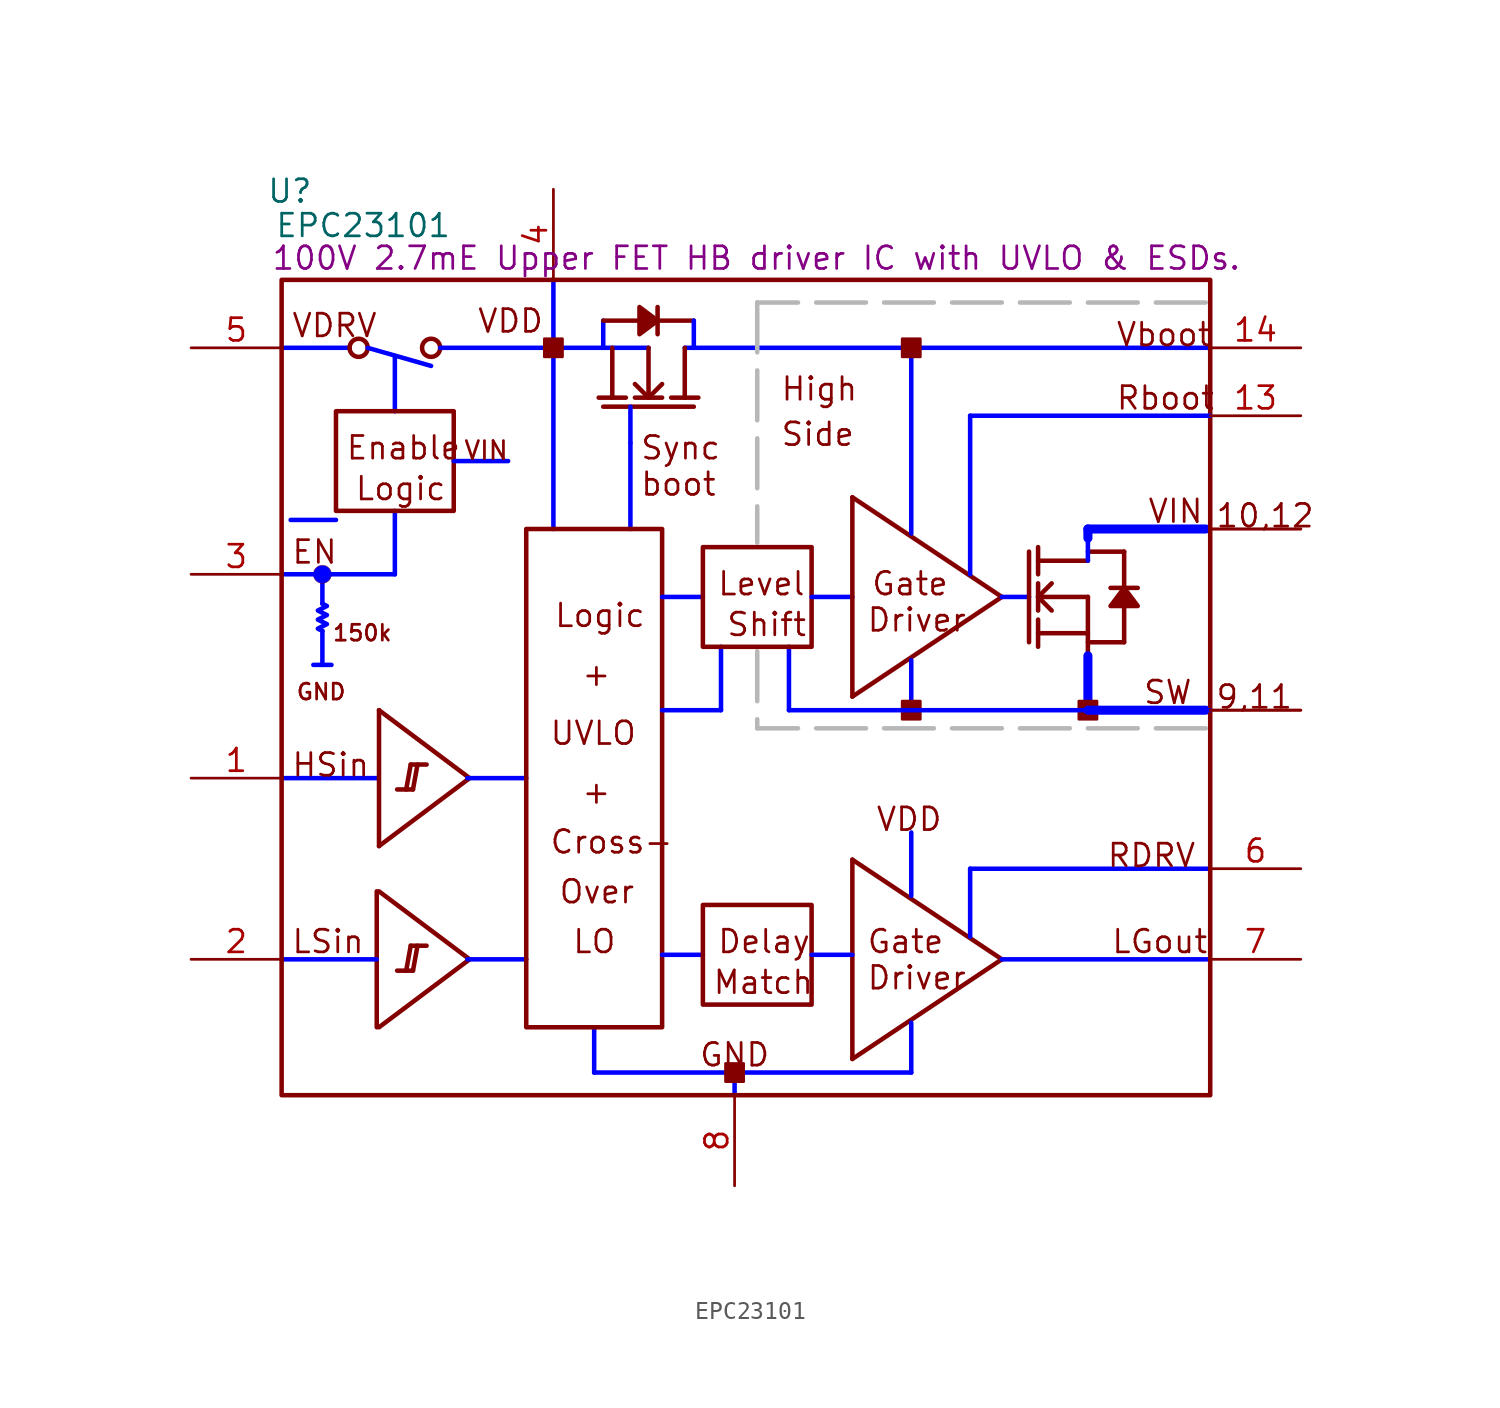
<source format=kicad_sym>
(kicad_symbol_lib
  (version 20231120)
  (generator "kicad_symbol_editor")
  (generator_version "8.0")
  (symbol "EPC23101"
    (property "Reference" "U"
      (at 5.537 50.698 0)
      (effects (font (size 1.27 1.27))))
    (property "Value" "EPC23101"
      (at 9.652 48.768 0)
      (effects (font (size 1.27 1.27))))
    (property "Description" "100V 2.7mE Upper FET HB driver IC with UVLO & ESDs."
      (at 31.699 46.939 0)
      (effects (font (size 1.27 1.27))))
    (symbol "EPC23101_1_0"
      (polyline (pts (xy 5.08 41.91) (xy 8.89 41.91)) (stroke (width 0.254) (type solid) (color 0 0 255 1)) (fill (type none)))
      (polyline (pts (xy 5.588 32.258) (xy 8.128 32.258)) (stroke (width 0.254) (type solid) (color 0 0 255 1)) (fill (type none)))
      (polyline (pts (xy 7.366 26.035) (xy 7.366 24.13)) (stroke (width 0.254) (type solid) (color 0 0 255 1)) (fill (type none)))
      (polyline (pts (xy 7.366 29.21) (xy 7.366 27.559)) (stroke (width 0.254) (type solid) (color 0 0 255 1)) (fill (type none)))
      (polyline (pts (xy 7.874 24.13) (xy 6.858 24.13)) (stroke (width 0.254) (type solid) (color 0 0 255 1)) (fill (type none)))
      (polyline (pts (xy 9.906 41.91) (xy 13.462 40.894)) (stroke (width 0.254) (type solid) (color 0 0 255 1)) (fill (type none)))
      (polyline (pts (xy 10.414 7.62) (xy 5.08 7.62)) (stroke (width 0.254) (type solid) (color 0 0 255 1)) (fill (type none)))
      (polyline (pts (xy 10.414 11.43) (xy 10.414 3.81)) (stroke (width 0.254) (type solid)) (fill (type none)))
      (polyline (pts (xy 10.414 17.78) (xy 5.08 17.78)) (stroke (width 0.254) (type solid) (color 0 0 255 1)) (fill (type none)))
      (polyline (pts (xy 10.541 3.81) (xy 15.621 7.62)) (stroke (width 0.254) (type solid)) (fill (type none)))
      (polyline (pts (xy 10.541 11.43) (xy 15.621 7.62)) (stroke (width 0.254) (type solid)) (fill (type none)))
      (polyline (pts (xy 10.541 13.97) (xy 15.621 17.78)) (stroke (width 0.254) (type solid)) (fill (type none)))
      (polyline (pts (xy 10.541 21.59) (xy 10.541 13.97)) (stroke (width 0.254) (type solid)) (fill (type none)))
      (polyline (pts (xy 10.541 21.59) (xy 15.621 17.78)) (stroke (width 0.254) (type solid)) (fill (type none)))
      (polyline (pts (xy 11.43 29.21) (xy 5.08 29.21)) (stroke (width 0.254) (type solid) (color 0 0 255 1)) (fill (type none)))
      (polyline (pts (xy 11.43 29.21) (xy 11.43 32.766)) (stroke (width 0.254) (type solid) (color 0 0 255 1)) (fill (type none)))
      (polyline (pts (xy 11.43 38.354) (xy 11.43 41.402)) (stroke (width 0.254) (type solid) (color 0 0 255 1)) (fill (type none)))
      (polyline (pts (xy 12.065 6.985) (xy 12.319 8.382)) (stroke (width 0.254) (type solid)) (fill (type none)))
      (polyline (pts (xy 12.065 17.145) (xy 12.319 18.542)) (stroke (width 0.254) (type solid)) (fill (type none)))
      (polyline (pts (xy 12.446 6.985) (xy 11.557 6.985)) (stroke (width 0.254) (type solid)) (fill (type none)))
      (polyline (pts (xy 12.446 6.985) (xy 12.7 8.382)) (stroke (width 0.254) (type solid)) (fill (type none)))
      (polyline (pts (xy 12.446 17.145) (xy 11.557 17.145)) (stroke (width 0.254) (type solid)) (fill (type none)))
      (polyline (pts (xy 12.446 17.145) (xy 12.7 18.542)) (stroke (width 0.254) (type solid)) (fill (type none)))
      (polyline (pts (xy 13.208 8.382) (xy 12.319 8.382)) (stroke (width 0.254) (type solid)) (fill (type none)))
      (polyline (pts (xy 13.208 18.542) (xy 12.319 18.542)) (stroke (width 0.254) (type solid)) (fill (type none)))
      (polyline (pts (xy 13.97 41.91) (xy 25.654 41.91)) (stroke (width 0.254) (type solid) (color 0 0 255 1)) (fill (type none)))
      (polyline (pts (xy 15.494 7.62) (xy 18.796 7.62)) (stroke (width 0.254) (type solid) (color 0 0 255 1)) (fill (type none)))
      (polyline (pts (xy 15.494 17.78) (xy 18.796 17.78)) (stroke (width 0.254) (type solid) (color 0 0 255 1)) (fill (type none)))
      (polyline (pts (xy 17.78 35.56) (xy 14.732 35.56)) (stroke (width 0.254) (type solid) (color 0 0 255 1)) (fill (type none)))
      (polyline (pts (xy 20.32 31.75) (xy 20.32 45.72)) (stroke (width 0.254) (type solid) (color 0 0 255 1)) (fill (type none)))
      (polyline (pts (xy 22.606 1.27) (xy 22.606 3.81)) (stroke (width 0.254) (type solid) (color 0 0 255 1)) (fill (type none)))
      (polyline (pts (xy 22.606 1.27) (xy 40.386 1.27)) (stroke (width 0.254) (type solid) (color 0 0 255 1)) (fill (type none)))
      (polyline (pts (xy 23.114 38.608) (xy 28.194 38.608)) (stroke (width 0.254) (type solid)) (fill (type none)))
      (polyline (pts (xy 23.114 43.434) (xy 23.114 41.91)) (stroke (width 0.254) (type solid) (color 0 0 255 1)) (fill (type none)))
      (polyline (pts (xy 23.114 43.434) (xy 25.146 43.434)) (stroke (width 0.254) (type solid)) (fill (type none)))
      (polyline (pts (xy 23.622 41.91) (xy 23.622 39.116)) (stroke (width 0.254) (type solid)) (fill (type none)))
      (polyline (pts (xy 24.384 39.116) (xy 22.86 39.116)) (stroke (width 0.254) (type solid)) (fill (type none)))
      (polyline (pts (xy 24.638 31.75) (xy 24.638 36.576)) (stroke (width 0.254) (type solid) (color 0 0 255 1)) (fill (type none)))
      (polyline (pts (xy 24.638 38.608) (xy 24.638 36.576)) (stroke (width 0.254) (type solid) (color 0 0 255 1)) (fill (type none)))
      (polyline (pts (xy 25.654 39.116) (xy 24.892 39.878)) (stroke (width 0.254) (type solid)) (fill (type none)))
      (polyline (pts (xy 25.654 39.116) (xy 25.654 41.91)) (stroke (width 0.254) (type solid)) (fill (type none)))
      (polyline (pts (xy 26.162 42.672) (xy 26.162 44.196)) (stroke (width 0.254) (type solid)) (fill (type none)))
      (polyline (pts (xy 26.162 43.434) (xy 28.194 43.434)) (stroke (width 0.254) (type solid)) (fill (type none)))
      (polyline (pts (xy 26.416 27.94) (xy 28.702 27.94)) (stroke (width 0.254) (type solid) (color 0 0 255 1)) (fill (type none)))
      (polyline (pts (xy 26.416 39.116) (xy 24.892 39.116)) (stroke (width 0.254) (type solid)) (fill (type none)))
      (polyline (pts (xy 26.416 39.878) (xy 25.654 39.116)) (stroke (width 0.254) (type solid)) (fill (type none)))
      (polyline (pts (xy 27.686 39.116) (xy 27.686 41.91)) (stroke (width 0.254) (type solid)) (fill (type none)))
      (polyline (pts (xy 27.686 41.91) (xy 57.15 41.91)) (stroke (width 0.254) (type solid) (color 0 0 255 1)) (fill (type none)))
      (polyline (pts (xy 28.194 43.434) (xy 28.194 41.91)) (stroke (width 0.254) (type solid) (color 0 0 255 1)) (fill (type none)))
      (polyline (pts (xy 28.448 39.116) (xy 26.924 39.116)) (stroke (width 0.254) (type solid)) (fill (type none)))
      (polyline (pts (xy 28.702 7.874) (xy 26.416 7.874)) (stroke (width 0.254) (type solid) (color 0 0 255 1)) (fill (type none)))
      (polyline (pts (xy 29.718 21.59) (xy 26.416 21.59)) (stroke (width 0.254) (type solid) (color 0 0 255 1)) (fill (type none)))
      (polyline (pts (xy 29.718 21.59) (xy 29.718 25.146)) (stroke (width 0.254) (type solid) (color 0 0 255 1)) (fill (type none)))
      (polyline (pts (xy 30.48 0) (xy 30.48 1.27)) (stroke (width 0.254) (type solid) (color 0 0 255 1)) (fill (type none)))
      (polyline (pts (xy 31.75 24.892) (xy 31.75 20.574)) (stroke (width 0.254) (type dash) (color 183 183 183 1)) (fill (type none)))
      (polyline (pts (xy 31.75 44.45) (xy 31.75 30.988)) (stroke (width 0.254) (type dash) (color 183 183 183 1)) (fill (type none)))
      (polyline (pts (xy 33.528 21.59) (xy 33.528 25.146)) (stroke (width 0.254) (type solid) (color 0 0 255 1)) (fill (type none)))
      (polyline (pts (xy 34.798 27.94) (xy 37.084 27.94)) (stroke (width 0.254) (type solid) (color 0 0 255 1)) (fill (type none)))
      (polyline (pts (xy 37.084 2.032) (xy 45.466 7.62)) (stroke (width 0.254) (type solid)) (fill (type none)))
      (polyline (pts (xy 37.084 7.874) (xy 34.798 7.874)) (stroke (width 0.254) (type solid) (color 0 0 255 1)) (fill (type none)))
      (polyline (pts (xy 37.084 13.208) (xy 37.084 2.032)) (stroke (width 0.254) (type solid)) (fill (type none)))
      (polyline (pts (xy 37.084 13.208) (xy 45.466 7.62)) (stroke (width 0.254) (type solid)) (fill (type none)))
      (polyline (pts (xy 37.084 22.352) (xy 45.466 27.94)) (stroke (width 0.254) (type solid)) (fill (type none)))
      (polyline (pts (xy 37.084 33.528) (xy 37.084 22.352)) (stroke (width 0.254) (type solid)) (fill (type none)))
      (polyline (pts (xy 37.084 33.528) (xy 45.466 27.94)) (stroke (width 0.254) (type solid)) (fill (type none)))
      (polyline (pts (xy 40.386 1.27) (xy 40.386 4.064)) (stroke (width 0.254) (type solid) (color 0 0 255 1)) (fill (type none)))
      (polyline (pts (xy 40.386 11.176) (xy 40.386 14.732)) (stroke (width 0.254) (type solid) (color 0 0 255 1)) (fill (type none)))
      (polyline (pts (xy 40.386 21.59) (xy 40.386 24.384)) (stroke (width 0.254) (type solid) (color 0 0 255 1)) (fill (type none)))
      (polyline (pts (xy 40.386 31.496) (xy 40.386 41.91)) (stroke (width 0.254) (type solid) (color 0 0 255 1)) (fill (type none)))
      (polyline (pts (xy 43.688 8.89) (xy 43.688 12.7)) (stroke (width 0.254) (type solid) (color 0 0 255 1)) (fill (type none)))
      (polyline (pts (xy 43.688 12.7) (xy 57.15 12.7)) (stroke (width 0.254) (type solid) (color 0 0 255 1)) (fill (type none)))
      (polyline (pts (xy 43.688 29.21) (xy 43.688 38.1)) (stroke (width 0.254) (type solid) (color 0 0 255 1)) (fill (type none)))
      (polyline (pts (xy 45.466 7.62) (xy 57.15 7.62)) (stroke (width 0.254) (type solid) (color 0 0 255 1)) (fill (type none)))
      (polyline (pts (xy 45.466 27.94) (xy 46.99 27.94)) (stroke (width 0.254) (type solid) (color 0 0 255 1)) (fill (type none)))
      (polyline (pts (xy 46.99 30.48) (xy 46.99 25.4)) (stroke (width 0.254) (type solid)) (fill (type none)))
      (polyline (pts (xy 47.498 25.146) (xy 47.498 26.67)) (stroke (width 0.254) (type solid)) (fill (type none)))
      (polyline (pts (xy 47.498 25.908) (xy 50.292 25.908)) (stroke (width 0.254) (type solid)) (fill (type none)))
      (polyline (pts (xy 47.498 27.178) (xy 47.498 28.702)) (stroke (width 0.254) (type solid)) (fill (type none)))
      (polyline (pts (xy 47.498 27.94) (xy 48.26 28.702)) (stroke (width 0.254) (type solid)) (fill (type none)))
      (polyline (pts (xy 47.498 27.94) (xy 50.292 27.94)) (stroke (width 0.254) (type solid)) (fill (type none)))
      (polyline (pts (xy 47.498 29.21) (xy 47.498 30.734)) (stroke (width 0.254) (type solid)) (fill (type none)))
      (polyline (pts (xy 48.26 27.178) (xy 47.498 27.94)) (stroke (width 0.254) (type solid)) (fill (type none)))
      (polyline (pts (xy 50.292 21.59) (xy 50.292 24.638)) (stroke (width 0.254) (type solid) (color 0 0 255 1)) (fill (type none)))
      (polyline (pts (xy 50.292 21.59) (xy 50.292 24.638)) (stroke (width 0.508) (type solid) (color 0 0 255 1)) (fill (type none)))
      (polyline (pts (xy 50.292 25.4) (xy 52.324 25.4)) (stroke (width 0.254) (type solid)) (fill (type none)))
      (polyline (pts (xy 50.292 27.94) (xy 50.292 22.86)) (stroke (width 0.254) (type solid)) (fill (type none)))
      (polyline (pts (xy 50.292 29.972) (xy 47.498 29.972)) (stroke (width 0.254) (type solid)) (fill (type none)))
      (polyline (pts (xy 50.292 29.972) (xy 50.292 31.75)) (stroke (width 0.254) (type solid) (color 0 0 255 1)) (fill (type none)))
      (polyline (pts (xy 50.292 30.48) (xy 52.324 30.48)) (stroke (width 0.254) (type solid)) (fill (type none)))
      (polyline (pts (xy 50.292 31.242) (xy 50.292 31.75)) (stroke (width 0.508) (type solid) (color 0 0 255 1)) (fill (type none)))
      (polyline (pts (xy 50.292 31.75) (xy 57.15 31.75)) (stroke (width 0.254) (type solid) (color 0 0 255 1)) (fill (type none)))
      (polyline (pts (xy 52.324 27.432) (xy 52.324 25.4)) (stroke (width 0.254) (type solid)) (fill (type none)))
      (polyline (pts (xy 52.324 30.48) (xy 52.324 28.448)) (stroke (width 0.254) (type solid)) (fill (type none)))
      (polyline (pts (xy 53.086 28.448) (xy 51.562 28.448)) (stroke (width 0.254) (type solid)) (fill (type none)))
      (polyline (pts (xy 56.896 20.574) (xy 31.75 20.574)) (stroke (width 0.254) (type dash) (color 183 183 183 1)) (fill (type none)))
      (polyline (pts (xy 56.896 21.59) (xy 50.292 21.59)) (stroke (width 0.508) (type solid) (color 0 0 255 1)) (fill (type none)))
      (polyline (pts (xy 56.896 31.75) (xy 50.292 31.75)) (stroke (width 0.508) (type solid) (color 0 0 255 1)) (fill (type none)))
      (polyline (pts (xy 56.896 44.45) (xy 31.75 44.45)) (stroke (width 0.254) (type dash) (color 183 183 183 1)) (fill (type none)))
      (polyline (pts (xy 57.15 21.59) (xy 33.528 21.59)) (stroke (width 0.254) (type solid) (color 0 0 255 1)) (fill (type none)))
      (polyline (pts (xy 57.15 38.1) (xy 43.688 38.1)) (stroke (width 0.254) (type solid) (color 0 0 255 1)) (fill (type none)))
      (polyline (pts (xy 26.162 43.434) (xy 25.146 44.196) (xy 25.146 42.672) (xy 26.162 43.434)) (stroke (width 0.254) (type solid)) (fill (type outline)))
      (polyline (pts (xy 52.324 28.448) (xy 51.562 27.432) (xy 53.086 27.432) (xy 52.324 28.448)) (stroke (width 0.254) (type solid)) (fill (type outline)))
      (polyline (pts (xy 7.366 26.035) (xy 7.112 26.162) (xy 7.62 26.416) (xy 7.112 26.67) (xy 7.62 26.924) (xy 7.112 27.178) (xy 7.62 27.432) (xy 7.366 27.559)) (stroke (width 0.254) (type solid) (color 0 0 255 1)) (fill (type none)))
      (circle (center 7.366 29.21) (radius 0.508) (stroke (width 0.0001) (type solid)) (fill (type color) (color 0 0 255 1)))
      (circle (center 9.398 41.91) (radius 0.508) (stroke (width 0.254) (type solid)) (fill (type none)))
      (circle (center 13.462 41.91) (radius 0.508) (stroke (width 0.254) (type solid)) (fill (type none)))
      (rectangle (start 14.732 38.354) (end 8.128 32.766) (stroke (width 0.254) (type solid)) (fill (type none)))
      (rectangle (start 20.828 42.418) (end 19.812 41.402) (stroke (width 0) (type solid)) (fill (type outline)))
      (rectangle (start 26.416 31.75) (end 18.796 3.81) (stroke (width 0.254) (type solid)) (fill (type none)))
      (rectangle (start 30.988 1.778) (end 29.972 0.762) (stroke (width 0) (type solid)) (fill (type outline)))
      (rectangle (start 34.798 10.668) (end 28.702 5.08) (stroke (width 0.254) (type solid)) (fill (type none)))
      (rectangle (start 34.798 30.734) (end 28.702 25.146) (stroke (width 0.254) (type solid)) (fill (type none)))
      (rectangle (start 40.894 22.098) (end 39.878 21.082) (stroke (width 0) (type solid)) (fill (type outline)))
      (rectangle (start 40.894 42.418) (end 39.878 41.402) (stroke (width 0) (type solid)) (fill (type outline)))
      (rectangle (start 50.8 22.098) (end 49.784 21.082) (stroke (width 0) (type solid)) (fill (type outline)))
      (rectangle (start 57.15 45.72) (end 5.08 0) (stroke (width 0.254) (type solid)) (fill (type none)))
      (text "+" (at 21.844 16.256 0) (effects (font (size 1.27 1.27)) (justify left bottom)))
      (text "+" (at 21.844 22.86 0) (effects (font (size 1.27 1.27)) (justify left bottom)))
      (text "10,12" (at 57.404 31.75 0) (effects (font (size 1.27 1.27)) (justify left bottom)))
      (text "150k" (at 7.874 25.4 0) (effects (font (size 0.889 0.889)) (justify left bottom)))
      (text "9,11" (at 57.404 21.59 0) (effects (font (size 1.27 1.27)) (justify left bottom)))
      (text "boot" (at 25.146 33.528 0) (effects (font (size 1.27 1.27)) (justify left bottom)))
      (text "Cross-" (at 20.066 13.462 0) (effects (font (size 1.27 1.27)) (justify left bottom)))
      (text "Delay" (at 29.464 7.874 0) (effects (font (size 1.27 1.27)) (justify left bottom)))
      (text "Driver" (at 37.846 5.842 0) (effects (font (size 1.27 1.27)) (justify left bottom)))
      (text "Driver" (at 37.846 25.908 0) (effects (font (size 1.27 1.27)) (justify left bottom)))
      (text "EN" (at 5.588 29.718 0) (effects (font (size 1.27 1.27)) (justify left bottom)))
      (text "Enable" (at 8.636 35.56 0) (effects (font (size 1.27 1.27)) (justify left bottom)))
      (text "Gate" (at 37.846 7.874 0) (effects (font (size 1.27 1.27)) (justify left bottom)))
      (text "Gate" (at 38.1 27.94 0) (effects (font (size 1.27 1.27)) (justify left bottom)))
      (text "GND" (at 5.842 22.098 0) (effects (font (size 0.889 0.889)) (justify left bottom)))
      (text "GND" (at 28.448 1.524 0) (effects (font (size 1.27 1.27)) (justify left bottom)))
      (text "High" (at 33.02 38.862 0) (effects (font (size 1.27 1.27)) (justify left bottom)))
      (text "HSin" (at 5.588 17.78 0) (effects (font (size 1.27 1.27)) (justify left bottom)))
      (text "Level" (at 29.464 27.94 0) (effects (font (size 1.27 1.27)) (justify left bottom)))
      (text "LGout" (at 51.562 7.874 0) (effects (font (size 1.27 1.27)) (justify left bottom)))
      (text "LO" (at 21.336 7.874 0) (effects (font (size 1.27 1.27)) (justify left bottom)))
      (text "Logic" (at 9.144 33.274 0) (effects (font (size 1.27 1.27)) (justify left bottom)))
      (text "Logic" (at 20.32 26.162 0) (effects (font (size 1.27 1.27)) (justify left bottom)))
      (text "LSin" (at 5.588 7.874 0) (effects (font (size 1.27 1.27)) (justify left bottom)))
      (text "Match" (at 29.21 5.588 0) (effects (font (size 1.27 1.27)) (justify left bottom)))
      (text "Over" (at 20.574 10.668 0) (effects (font (size 1.27 1.27)) (justify left bottom)))
      (text "Rboot" (at 51.816 38.354 0) (effects (font (size 1.27 1.27)) (justify left bottom)))
      (text "RDRV" (at 51.308 12.7 0) (effects (font (size 1.27 1.27)) (justify left bottom)))
      (text "Shift" (at 29.972 25.654 0) (effects (font (size 1.27 1.27)) (justify left bottom)))
      (text "Side" (at 33.02 36.322 0) (effects (font (size 1.27 1.27)) (justify left bottom)))
      (text "SW" (at 53.34 21.844 0) (effects (font (size 1.27 1.27)) (justify left bottom)))
      (text "Sync" (at 25.146 35.56 0) (effects (font (size 1.27 1.27)) (justify left bottom)))
      (text "UVLO" (at 20.066 19.558 0) (effects (font (size 1.27 1.27)) (justify left bottom)))
      (text "Vboot" (at 51.816 41.91 0) (effects (font (size 1.27 1.27)) (justify left bottom)))
      (text "VDD" (at 16.002 42.672 0) (effects (font (size 1.27 1.27)) (justify left bottom)))
      (text "VDD" (at 38.354 14.732 0) (effects (font (size 1.27 1.27)) (justify left bottom)))
      (text "VDRV" (at 5.588 42.418 0) (effects (font (size 1.27 1.27)) (justify left bottom)))
      (text "VIN" (at 15.24 35.56 0) (effects (font (size 1.016 1.016)) (justify left bottom)))
      (text "VIN" (at 53.594 32.004 0) (effects (font (size 1.27 1.27)) (justify left bottom)))
      (pin passive line (at 0 17.78 0) (length 5.08) (name "HSin" (effects (font (size 0 0)))) (number "1" (effects (font (size 1.27 1.27)))))
      (pin passive line (at 62.23 31.75 180) (length 5.08) (name "VIN" (effects (font (size 0 0)))) (number "10" (effects (font (size 0 0)))))
      (pin passive line (at 62.23 21.59 180) (length 5.08) (name "SW" (effects (font (size 0 0)))) (number "11" (effects (font (size 0 0)))))
      (pin passive line (at 62.23 31.75 180) (length 5.08) (name "VIN" (effects (font (size 0 0)))) (number "12" (effects (font (size 0 0)))))
      (pin passive line (at 62.23 38.1 180) (length 5.08) (name "Rboot" (effects (font (size 0 0)))) (number "13" (effects (font (size 1.27 1.27)))))
      (pin passive line (at 62.23 41.91 180) (length 5.08) (name "Vboot" (effects (font (size 0 0)))) (number "14" (effects (font (size 1.27 1.27)))))
      (pin passive line (at 0 7.62 0) (length 5.08) (name "LSin" (effects (font (size 0 0)))) (number "2" (effects (font (size 1.27 1.27)))))
      (pin passive line (at 0 29.21 0) (length 5.08) (name "ENb" (effects (font (size 0 0)))) (number "3" (effects (font (size 1.27 1.27)))))
      (pin passive line (at 20.32 50.8 270) (length 5.08) (name "VDD" (effects (font (size 0 0)))) (number "4" (effects (font (size 1.27 1.27)))))
      (pin passive line (at 0 41.91 0) (length 5.08) (name "VDRV" (effects (font (size 0 0)))) (number "5" (effects (font (size 1.27 1.27)))))
      (pin passive line (at 62.23 12.7 180) (length 5.08) (name "RDRV" (effects (font (size 0 0)))) (number "6" (effects (font (size 1.27 1.27)))))
      (pin passive line (at 62.23 7.62 180) (length 5.08) (name "LGout" (effects (font (size 0 0)))) (number "7" (effects (font (size 1.27 1.27)))))
      (pin passive line (at 30.48 -5.08 90) (length 5.08) (name "GND" (effects (font (size 0 0)))) (number "8" (effects (font (size 1.27 1.27)))))
      (pin passive line (at 62.23 21.59 180) (length 5.08) (name "SW" (effects (font (size 0 0)))) (number "9" (effects (font (size 0 0))))))))
</source>
